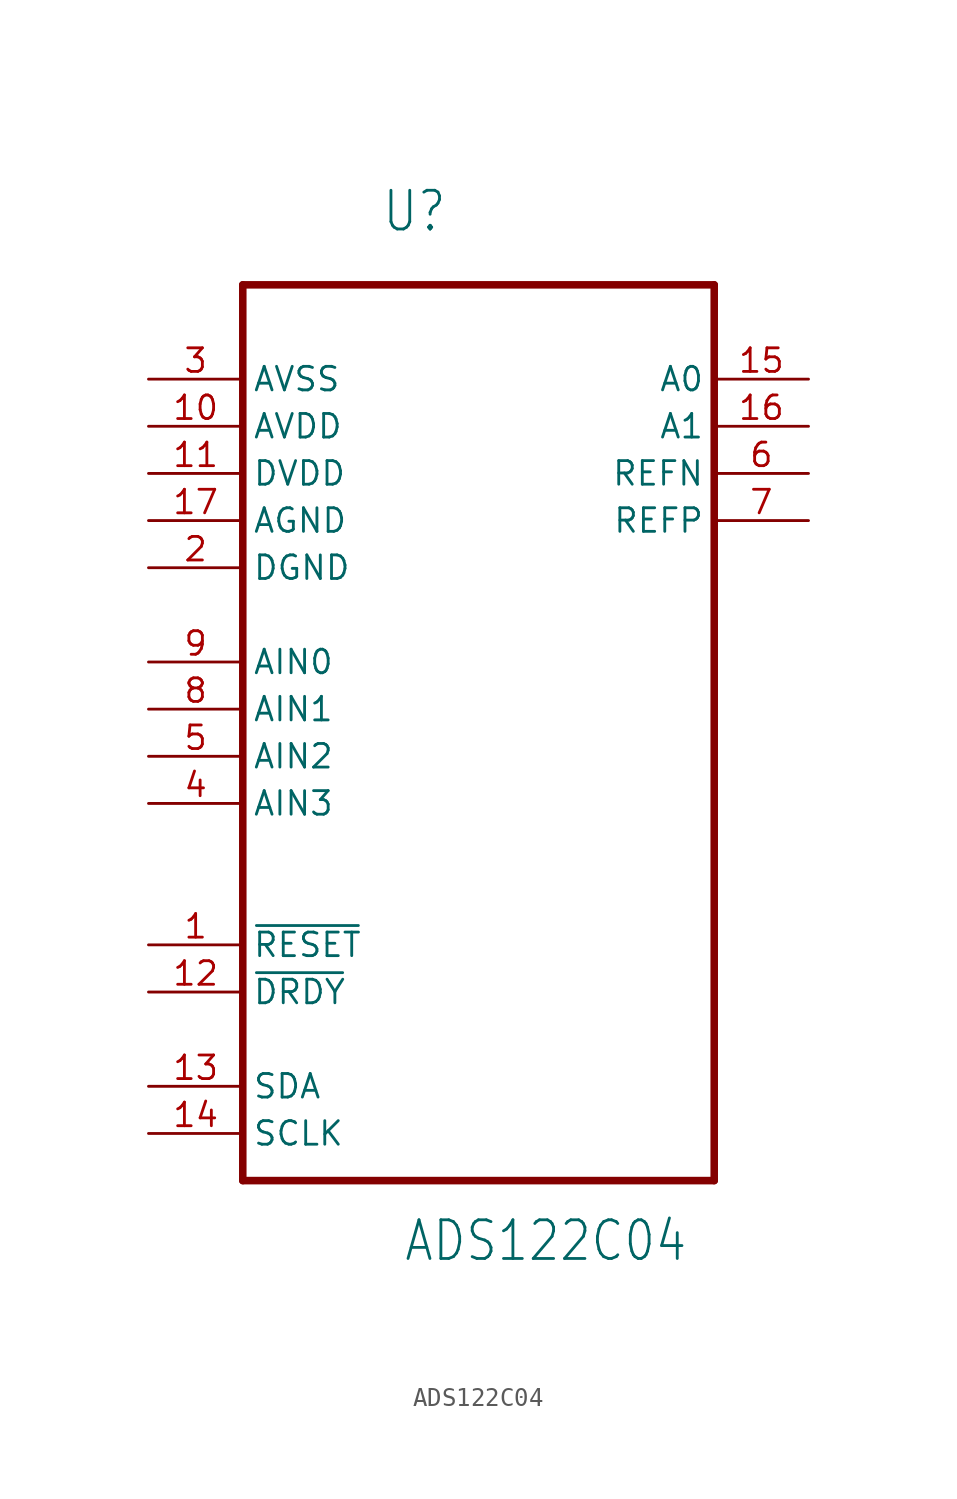
<source format=kicad_sym>
(kicad_symbol_lib
  (version 20211014)
  (generator kicad_symbol_editor)
  (symbol "ADS122C04"
    (property "Reference" "U"
      (at -5.239 23.067 0)
      (effects (font (size 2.085 1.772)) (justify left bottom)))
    (property "Value" "ADS122C04"
      (at -4.066 -32.398 0)
      (effects (font (size 2.084 1.771)) (justify left bottom)))
    (property "ki_locked" ""
      (at 0 0 0)
      (effects (font (size 1.27 1.27))))
    (symbol "ADS122C04_1_0"
      (polyline (pts (xy -12.7 -27.94) (xy 12.7 -27.94)) (stroke (width 0.406) (type default) (color 0 0 0 0)) (fill (type none)))
      (polyline (pts (xy -12.7 20.32) (xy -12.7 -27.94)) (stroke (width 0.406) (type default) (color 0 0 0 0)) (fill (type none)))
      (polyline (pts (xy 12.7 -27.94) (xy 12.7 20.32)) (stroke (width 0.406) (type default) (color 0 0 0 0)) (fill (type none)))
      (polyline (pts (xy 12.7 20.32) (xy -12.7 20.32)) (stroke (width 0.406) (type default) (color 0 0 0 0)) (fill (type none)))
      (pin input line (at -17.78 -15.24 0) (length 5.08) (name "~{RESET}" (effects (font (size 1.27 1.27)))) (number "1" (effects (font (size 1.27 1.27)))))
      (pin input line (at -17.78 12.7 0) (length 5.08) (name "AVDD" (effects (font (size 1.27 1.27)))) (number "10" (effects (font (size 1.27 1.27)))))
      (pin power_in line (at -17.78 10.16 0) (length 5.08) (name "DVDD" (effects (font (size 1.27 1.27)))) (number "11" (effects (font (size 1.27 1.27)))))
      (pin passive line (at -17.78 -17.78 0) (length 5.08) (name "~{DRDY}" (effects (font (size 1.27 1.27)))) (number "12" (effects (font (size 1.27 1.27)))))
      (pin input line (at -17.78 -22.86 0) (length 5.08) (name "SDA" (effects (font (size 1.27 1.27)))) (number "13" (effects (font (size 1.27 1.27)))))
      (pin input line (at -17.78 -25.4 0) (length 5.08) (name "SCLK" (effects (font (size 1.27 1.27)))) (number "14" (effects (font (size 1.27 1.27)))))
      (pin output line (at 17.78 15.24 180) (length 5.08) (name "A0" (effects (font (size 1.27 1.27)))) (number "15" (effects (font (size 1.27 1.27)))))
      (pin bidirectional line (at 17.78 12.7 180) (length 5.08) (name "A1" (effects (font (size 1.27 1.27)))) (number "16" (effects (font (size 1.27 1.27)))))
      (pin passive line (at -17.78 7.62 0) (length 5.08) (name "AGND" (effects (font (size 1.27 1.27)))) (number "17" (effects (font (size 1.27 1.27)))))
      (pin passive line (at -17.78 5.08 0) (length 5.08) (name "DGND" (effects (font (size 1.27 1.27)))) (number "2" (effects (font (size 1.27 1.27)))))
      (pin power_in line (at -17.78 15.24 0) (length 5.08) (name "AVSS" (effects (font (size 1.27 1.27)))) (number "3" (effects (font (size 1.27 1.27)))))
      (pin input line (at -17.78 -7.62 0) (length 5.08) (name "AIN3" (effects (font (size 1.27 1.27)))) (number "4" (effects (font (size 1.27 1.27)))))
      (pin input line (at -17.78 -5.08 0) (length 5.08) (name "AIN2" (effects (font (size 1.27 1.27)))) (number "5" (effects (font (size 1.27 1.27)))))
      (pin output line (at 17.78 10.16 180) (length 5.08) (name "REFN" (effects (font (size 1.27 1.27)))) (number "6" (effects (font (size 1.27 1.27)))))
      (pin output line (at 17.78 7.62 180) (length 5.08) (name "REFP" (effects (font (size 1.27 1.27)))) (number "7" (effects (font (size 1.27 1.27)))))
      (pin input line (at -17.78 -2.54 0) (length 5.08) (name "AIN1" (effects (font (size 1.27 1.27)))) (number "8" (effects (font (size 1.27 1.27)))))
      (pin input line (at -17.78 0 0) (length 5.08) (name "AIN0" (effects (font (size 1.27 1.27)))) (number "9" (effects (font (size 1.27 1.27))))))))
</source>
